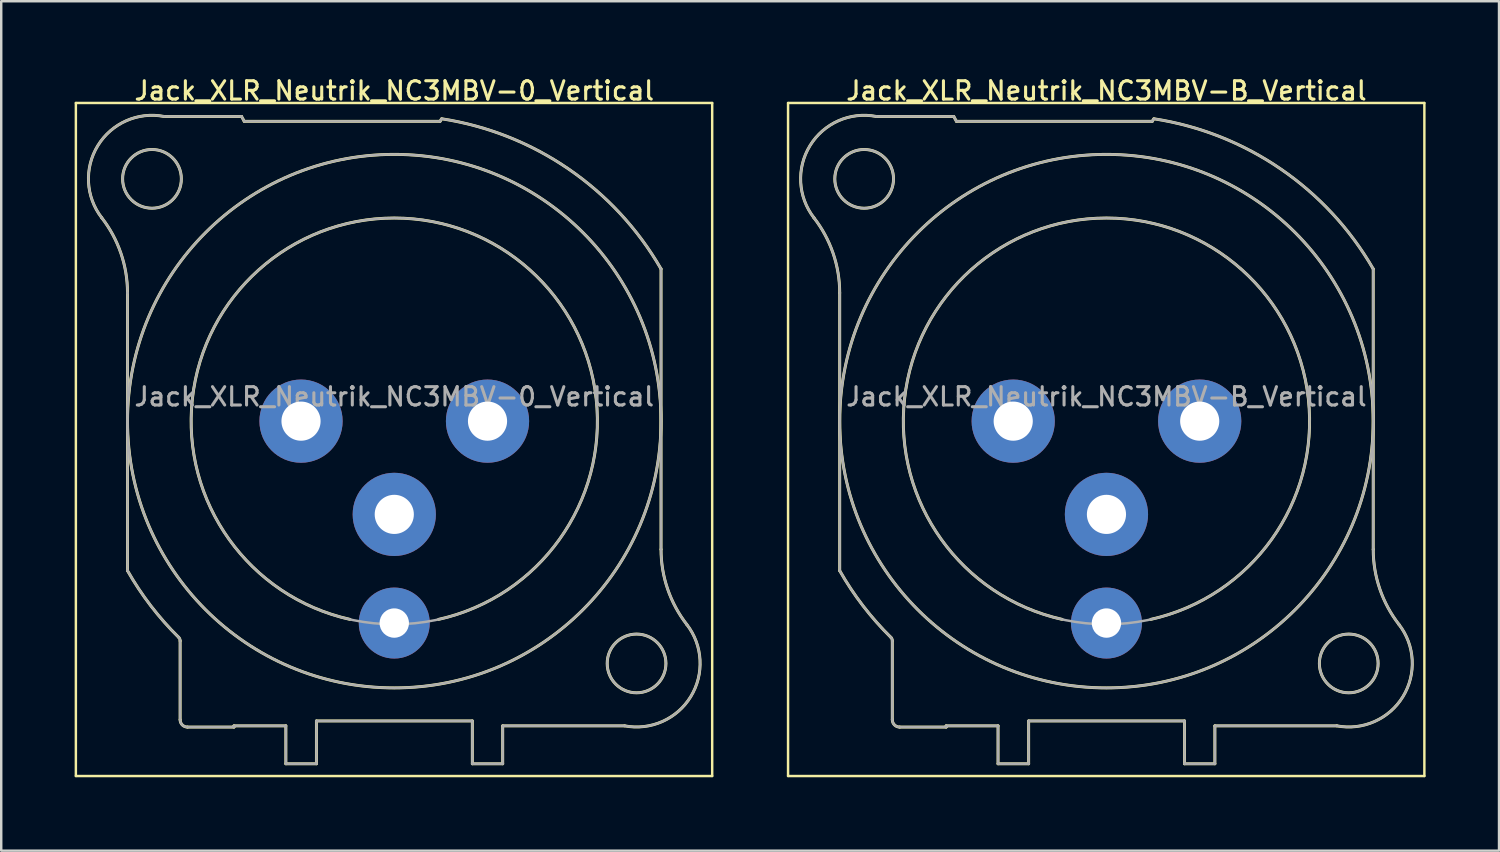
<source format=kicad_pcb>
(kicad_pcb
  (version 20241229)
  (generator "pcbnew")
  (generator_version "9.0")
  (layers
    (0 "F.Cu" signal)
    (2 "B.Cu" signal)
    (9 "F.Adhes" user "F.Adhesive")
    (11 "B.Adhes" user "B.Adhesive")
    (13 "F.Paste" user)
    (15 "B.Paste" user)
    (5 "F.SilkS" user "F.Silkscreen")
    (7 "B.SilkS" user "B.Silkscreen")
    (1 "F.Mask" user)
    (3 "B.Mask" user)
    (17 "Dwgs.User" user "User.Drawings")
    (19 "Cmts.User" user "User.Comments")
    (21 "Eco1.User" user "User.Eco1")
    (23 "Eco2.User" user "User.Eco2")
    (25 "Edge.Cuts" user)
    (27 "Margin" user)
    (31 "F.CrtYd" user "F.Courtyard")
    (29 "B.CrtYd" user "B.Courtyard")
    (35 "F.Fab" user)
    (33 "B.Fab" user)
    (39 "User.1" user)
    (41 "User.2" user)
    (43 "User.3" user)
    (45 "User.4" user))
  (footprint "Jack_XLR_Neutrik_NC3MBV-0_Vertical"
    (layer "F.Cu")
    (at 9.25 14.158)
    (property "Reference" "Jack_XLR_Neutrik_NC3MBV-0_Vertical" (at 3.81 -13.5 0) (layer "F.SilkS") (effects (font (size 0.75 0.75) (thickness 0.125))))
    (attr through_hole)
    (fp_line (start -9.2 -13) (end 16.8 -13) (stroke (width 0.1) (type solid)) (layer "F.SilkS"))
    (fp_line (start -9.2 14.5) (end -9.2 -13) (stroke (width 0.1) (type solid)) (layer "F.SilkS"))
    (fp_line (start -7.09 -5.24) (end -7.09 6.11) (stroke (width 0.12) (type solid)) (layer "F.SilkS"))
    (fp_line (start -4.94 12.2) (end -4.94 8.98) (stroke (width 0.12) (type solid)) (layer "F.SilkS"))
    (fp_line (start -4.64 12.5) (end -2.74 12.5) (stroke (width 0.12) (type solid)) (layer "F.SilkS"))
    (fp_line (start -2.74 12.45) (end -0.62 12.45) (stroke (width 0.12) (type solid)) (layer "F.SilkS"))
    (fp_line (start -2.74 12.5) (end -2.74 12.45) (stroke (width 0.12) (type solid)) (layer "F.SilkS"))
    (fp_line (start -2.43 -12.45) (end -5.6 -12.45) (stroke (width 0.12) (type solid)) (layer "F.SilkS"))
    (fp_line (start -2.32 -12.25) (end -2.43 -12.45) (stroke (width 0.12) (type solid)) (layer "F.SilkS"))
    (fp_line (start -0.62 12.45) (end -0.62 14) (stroke (width 0.12) (type solid)) (layer "F.SilkS"))
    (fp_line (start 0.63 12.25) (end 0.63 14) (stroke (width 0.12) (type solid)) (layer "F.SilkS"))
    (fp_line (start 0.63 12.25) (end 7 12.25) (stroke (width 0.12) (type solid)) (layer "F.SilkS"))
    (fp_line (start 0.63 14) (end -0.62 14) (stroke (width 0.12) (type solid)) (layer "F.SilkS"))
    (fp_line (start 5.68 -12.25) (end -2.32 -12.25) (stroke (width 0.12) (type solid)) (layer "F.SilkS"))
    (fp_line (start 5.74 -12.35) (end 5.68 -12.25) (stroke (width 0.12) (type solid)) (layer "F.SilkS"))
    (fp_line (start 7 12.25) (end 7 14) (stroke (width 0.12) (type solid)) (layer "F.SilkS"))
    (fp_line (start 8.24 12.45) (end 8.24 14) (stroke (width 0.12) (type solid)) (layer "F.SilkS"))
    (fp_line (start 8.24 12.45) (end 13.22 12.45) (stroke (width 0.12) (type solid)) (layer "F.SilkS"))
    (fp_line (start 8.24 14) (end 7 14) (stroke (width 0.12) (type solid)) (layer "F.SilkS"))
    (fp_line (start 14.71 5.24) (end 14.71 -6.22) (stroke (width 0.12) (type solid)) (layer "F.SilkS"))
    (fp_line (start 16.8 -13) (end 16.8 14.5) (stroke (width 0.1) (type solid)) (layer "F.SilkS"))
    (fp_line (start 16.8 14.5) (end -9.2 14.5) (stroke (width 0.1) (type solid)) (layer "F.SilkS"))
    (fp_arc (start -8.14458 -8.311426) (mid -7.360989 -6.863715) (end -7.09 -5.24) (stroke (width 0.12) (type solid)) (layer "F.SilkS"))
    (fp_arc (start -8.141124 -8.307677) (mid -8.303366 -11.257798) (end -5.6 -12.45) (stroke (width 0.12) (type solid)) (layer "F.SilkS"))
    (fp_arc (start -4.999944 8.832139) (mid -4.954594 8.899835) (end -4.94 8.98) (stroke (width 0.12) (type solid)) (layer "F.SilkS"))
    (fp_arc (start -4.999718 8.833849) (mid -6.1389 7.544091) (end -7.09 6.11) (stroke (width 0.12) (type solid)) (layer "F.SilkS"))
    (fp_arc (start -4.64 12.5) (mid -4.852132 12.412132) (end -4.94 12.2) (stroke (width 0.12) (type solid)) (layer "F.SilkS"))
    (fp_arc (start 2 8.1) (mid 3.809449 -8.299765) (end 5.621075 8.09976) (stroke (width 0.12) (type solid)) (layer "F.SilkS"))
    (fp_arc (start 5.753207 -12.354269) (mid 10.928439 -10.304601) (end 14.71 -6.22) (stroke (width 0.12) (type solid)) (layer "F.SilkS"))
    (fp_arc (start 15.761124 8.307677) (mid 15.923366 11.257798) (end 13.22 12.45) (stroke (width 0.12) (type solid)) (layer "F.SilkS"))
    (fp_arc (start 15.76458 8.311426) (mid 14.980989 6.863715) (end 14.71 5.24) (stroke (width 0.12) (type solid)) (layer "F.SilkS"))
    (fp_circle (center -6.09 -9.9) (end -4.89 -9.9) (stroke (width 0.12) (type solid)) (fill no) (layer "F.SilkS"))
    (fp_circle (center 3.81 0) (end 14.71 0) (stroke (width 0.12) (type solid)) (fill no) (layer "F.SilkS"))
    (fp_circle (center 13.71 9.9) (end 14.91 9.9) (stroke (width 0.12) (type solid)) (fill no) (layer "F.SilkS"))
    (fp_line (start -7.09 -5.24) (end -7.09 6.11) (stroke (width 0.1) (type solid)) (layer "F.Fab"))
    (fp_line (start -4.94 12.2) (end -4.94 8.98) (stroke (width 0.1) (type solid)) (layer "F.Fab"))
    (fp_line (start -4.64 12.5) (end -2.74 12.5) (stroke (width 0.1) (type solid)) (layer "F.Fab"))
    (fp_line (start -2.74 12.45) (end -0.62 12.45) (stroke (width 0.1) (type solid)) (layer "F.Fab"))
    (fp_line (start -2.74 12.5) (end -2.74 12.45) (stroke (width 0.1) (type solid)) (layer "F.Fab"))
    (fp_line (start -2.43 -12.45) (end -5.6 -12.45) (stroke (width 0.1) (type solid)) (layer "F.Fab"))
    (fp_line (start -2.32 -12.25) (end -2.43 -12.45) (stroke (width 0.1) (type solid)) (layer "F.Fab"))
    (fp_line (start -0.62 12.45) (end -0.62 14) (stroke (width 0.1) (type solid)) (layer "F.Fab"))
    (fp_line (start 0.63 12.25) (end 0.63 14) (stroke (width 0.1) (type solid)) (layer "F.Fab"))
    (fp_line (start 0.63 12.25) (end 7 12.25) (stroke (width 0.1) (type solid)) (layer "F.Fab"))
    (fp_line (start 0.63 14) (end -0.62 14) (stroke (width 0.1) (type solid)) (layer "F.Fab"))
    (fp_line (start 5.68 -12.25) (end -2.32 -12.25) (stroke (width 0.1) (type solid)) (layer "F.Fab"))
    (fp_line (start 5.74 -12.35) (end 5.68 -12.25) (stroke (width 0.1) (type solid)) (layer "F.Fab"))
    (fp_line (start 7 12.25) (end 7 14) (stroke (width 0.1) (type solid)) (layer "F.Fab"))
    (fp_line (start 8.24 12.45) (end 8.24 14) (stroke (width 0.1) (type solid)) (layer "F.Fab"))
    (fp_line (start 8.24 12.45) (end 13.22 12.45) (stroke (width 0.1) (type solid)) (layer "F.Fab"))
    (fp_line (start 8.24 14) (end 7 14) (stroke (width 0.1) (type solid)) (layer "F.Fab"))
    (fp_line (start 14.71 5.24) (end 14.71 -6.22) (stroke (width 0.1) (type solid)) (layer "F.Fab"))
    (fp_arc (start -8.14458 -8.311426) (mid -7.360989 -6.863715) (end -7.09 -5.24) (stroke (width 0.1) (type solid)) (layer "F.Fab"))
    (fp_arc (start -8.141124 -8.307677) (mid -8.303366 -11.257798) (end -5.6 -12.45) (stroke (width 0.1) (type solid)) (layer "F.Fab"))
    (fp_arc (start -4.999944 8.832139) (mid -4.954594 8.899835) (end -4.94 8.98) (stroke (width 0.1) (type solid)) (layer "F.Fab"))
    (fp_arc (start -4.999718 8.833849) (mid -6.1389 7.544091) (end -7.09 6.11) (stroke (width 0.1) (type solid)) (layer "F.Fab"))
    (fp_arc (start -4.64 12.5) (mid -4.852132 12.412132) (end -4.94 12.2) (stroke (width 0.1) (type solid)) (layer "F.Fab"))
    (fp_arc (start 5.753207 -12.354269) (mid 10.928439 -10.304601) (end 14.71 -6.22) (stroke (width 0.1) (type solid)) (layer "F.Fab"))
    (fp_arc (start 15.761124 8.307677) (mid 15.923366 11.257798) (end 13.22 12.45) (stroke (width 0.1) (type solid)) (layer "F.Fab"))
    (fp_arc (start 15.76458 8.311426) (mid 14.980989 6.863715) (end 14.71 5.24) (stroke (width 0.1) (type solid)) (layer "F.Fab"))
    (fp_circle (center -6.09 -9.9) (end -4.89 -9.9) (stroke (width 0.1) (type solid)) (fill no) (layer "F.Fab"))
    (fp_circle (center 3.81 0) (end 12.11 0) (stroke (width 0.1) (type solid)) (fill no) (layer "F.Fab"))
    (fp_circle (center 3.81 0) (end 14.71 0) (stroke (width 0.1) (type solid)) (fill no) (layer "F.Fab"))
    (fp_circle (center 13.71 9.9) (end 14.91 9.9) (stroke (width 0.1) (type solid)) (fill no) (layer "F.Fab"))
    (fp_text user "${REFERENCE}" (at 3.81 -1 0) (layer "F.Fab") (effects (font (size 0.75 0.75) (thickness 0.125))))
    (pad "1" thru_hole circle (at 0 0) (size 3.4 3.4) (drill 1.6) (layers "*.Cu" "*.Mask"))
    (pad "2" thru_hole circle (at 7.62 0) (size 3.4 3.4) (drill 1.6) (layers "*.Cu" "*.Mask"))
    (pad "3" thru_hole circle (at 3.81 3.81) (size 3.4 3.4) (drill 1.6) (layers "*.Cu" "*.Mask"))
    (pad "G" thru_hole circle (at 3.81 8.25) (size 2.9 2.9) (drill 1.2) (layers "*.Cu" "*.Mask")))
  (footprint "Jack_XLR_Neutrik_NC3MBV-B_Vertical"
    (layer "F.Cu")
    (at 38.35 14.158)
    (property "Reference" "Jack_XLR_Neutrik_NC3MBV-B_Vertical" (at 3.81 -13.5 0) (layer "F.SilkS") (effects (font (size 0.75 0.75) (thickness 0.125))))
    (attr through_hole)
    (fp_line (start -9.2 -13) (end 16.8 -13) (stroke (width 0.1) (type solid)) (layer "F.SilkS"))
    (fp_line (start -9.2 14.5) (end -9.2 -13) (stroke (width 0.1) (type solid)) (layer "F.SilkS"))
    (fp_line (start -7.09 -5.24) (end -7.09 6.11) (stroke (width 0.12) (type solid)) (layer "F.SilkS"))
    (fp_line (start -4.94 12.2) (end -4.94 8.98) (stroke (width 0.12) (type solid)) (layer "F.SilkS"))
    (fp_line (start -4.64 12.5) (end -2.74 12.5) (stroke (width 0.12) (type solid)) (layer "F.SilkS"))
    (fp_line (start -2.74 12.45) (end -0.62 12.45) (stroke (width 0.12) (type solid)) (layer "F.SilkS"))
    (fp_line (start -2.74 12.5) (end -2.74 12.45) (stroke (width 0.12) (type solid)) (layer "F.SilkS"))
    (fp_line (start -2.43 -12.45) (end -5.6 -12.45) (stroke (width 0.12) (type solid)) (layer "F.SilkS"))
    (fp_line (start -2.32 -12.25) (end -2.43 -12.45) (stroke (width 0.12) (type solid)) (layer "F.SilkS"))
    (fp_line (start -0.62 12.45) (end -0.62 14) (stroke (width 0.12) (type solid)) (layer "F.SilkS"))
    (fp_line (start 0.63 12.25) (end 0.63 14) (stroke (width 0.12) (type solid)) (layer "F.SilkS"))
    (fp_line (start 0.63 12.25) (end 7 12.25) (stroke (width 0.12) (type solid)) (layer "F.SilkS"))
    (fp_line (start 0.63 14) (end -0.62 14) (stroke (width 0.12) (type solid)) (layer "F.SilkS"))
    (fp_line (start 5.68 -12.25) (end -2.32 -12.25) (stroke (width 0.12) (type solid)) (layer "F.SilkS"))
    (fp_line (start 5.74 -12.35) (end 5.68 -12.25) (stroke (width 0.12) (type solid)) (layer "F.SilkS"))
    (fp_line (start 7 12.25) (end 7 14) (stroke (width 0.12) (type solid)) (layer "F.SilkS"))
    (fp_line (start 8.24 12.45) (end 8.24 14) (stroke (width 0.12) (type solid)) (layer "F.SilkS"))
    (fp_line (start 8.24 12.45) (end 13.22 12.45) (stroke (width 0.12) (type solid)) (layer "F.SilkS"))
    (fp_line (start 8.24 14) (end 7 14) (stroke (width 0.12) (type solid)) (layer "F.SilkS"))
    (fp_line (start 14.71 5.24) (end 14.71 -6.22) (stroke (width 0.12) (type solid)) (layer "F.SilkS"))
    (fp_line (start 16.8 -13) (end 16.8 14.5) (stroke (width 0.1) (type solid)) (layer "F.SilkS"))
    (fp_line (start 16.8 14.5) (end -9.2 14.5) (stroke (width 0.1) (type solid)) (layer "F.SilkS"))
    (fp_arc (start -8.14458 -8.311426) (mid -7.360989 -6.863715) (end -7.09 -5.24) (stroke (width 0.12) (type solid)) (layer "F.SilkS"))
    (fp_arc (start -8.141124 -8.307677) (mid -8.303366 -11.257798) (end -5.6 -12.45) (stroke (width 0.12) (type solid)) (layer "F.SilkS"))
    (fp_arc (start -4.999944 8.832139) (mid -4.954594 8.899835) (end -4.94 8.98) (stroke (width 0.12) (type solid)) (layer "F.SilkS"))
    (fp_arc (start -4.999718 8.833849) (mid -6.1389 7.544091) (end -7.09 6.11) (stroke (width 0.12) (type solid)) (layer "F.SilkS"))
    (fp_arc (start -4.64 12.5) (mid -4.852132 12.412132) (end -4.94 12.2) (stroke (width 0.12) (type solid)) (layer "F.SilkS"))
    (fp_arc (start 2 8.1) (mid 3.809449 -8.299765) (end 5.621075 8.09976) (stroke (width 0.12) (type solid)) (layer "F.SilkS"))
    (fp_arc (start 5.753207 -12.354269) (mid 10.928439 -10.304601) (end 14.71 -6.22) (stroke (width 0.12) (type solid)) (layer "F.SilkS"))
    (fp_arc (start 15.761124 8.307677) (mid 15.923366 11.257798) (end 13.22 12.45) (stroke (width 0.12) (type solid)) (layer "F.SilkS"))
    (fp_arc (start 15.76458 8.311426) (mid 14.980989 6.863715) (end 14.71 5.24) (stroke (width 0.12) (type solid)) (layer "F.SilkS"))
    (fp_circle (center -6.09 -9.9) (end -4.89 -9.9) (stroke (width 0.12) (type solid)) (fill no) (layer "F.SilkS"))
    (fp_circle (center 3.81 0) (end 14.71 0) (stroke (width 0.12) (type solid)) (fill no) (layer "F.SilkS"))
    (fp_circle (center 13.71 9.9) (end 14.91 9.9) (stroke (width 0.12) (type solid)) (fill no) (layer "F.SilkS"))
    (fp_line (start -7.09 -5.24) (end -7.09 6.11) (stroke (width 0.1) (type solid)) (layer "F.Fab"))
    (fp_line (start -4.94 12.2) (end -4.94 8.98) (stroke (width 0.1) (type solid)) (layer "F.Fab"))
    (fp_line (start -4.64 12.5) (end -2.74 12.5) (stroke (width 0.1) (type solid)) (layer "F.Fab"))
    (fp_line (start -2.74 12.45) (end -0.62 12.45) (stroke (width 0.1) (type solid)) (layer "F.Fab"))
    (fp_line (start -2.74 12.5) (end -2.74 12.45) (stroke (width 0.1) (type solid)) (layer "F.Fab"))
    (fp_line (start -2.43 -12.45) (end -5.6 -12.45) (stroke (width 0.1) (type solid)) (layer "F.Fab"))
    (fp_line (start -2.32 -12.25) (end -2.43 -12.45) (stroke (width 0.1) (type solid)) (layer "F.Fab"))
    (fp_line (start -0.62 12.45) (end -0.62 14) (stroke (width 0.1) (type solid)) (layer "F.Fab"))
    (fp_line (start 0.63 12.25) (end 0.63 14) (stroke (width 0.1) (type solid)) (layer "F.Fab"))
    (fp_line (start 0.63 12.25) (end 7 12.25) (stroke (width 0.1) (type solid)) (layer "F.Fab"))
    (fp_line (start 0.63 14) (end -0.62 14) (stroke (width 0.1) (type solid)) (layer "F.Fab"))
    (fp_line (start 5.68 -12.25) (end -2.32 -12.25) (stroke (width 0.1) (type solid)) (layer "F.Fab"))
    (fp_line (start 5.74 -12.35) (end 5.68 -12.25) (stroke (width 0.1) (type solid)) (layer "F.Fab"))
    (fp_line (start 7 12.25) (end 7 14) (stroke (width 0.1) (type solid)) (layer "F.Fab"))
    (fp_line (start 8.24 12.45) (end 8.24 14) (stroke (width 0.1) (type solid)) (layer "F.Fab"))
    (fp_line (start 8.24 12.45) (end 13.22 12.45) (stroke (width 0.1) (type solid)) (layer "F.Fab"))
    (fp_line (start 8.24 14) (end 7 14) (stroke (width 0.1) (type solid)) (layer "F.Fab"))
    (fp_line (start 14.71 5.24) (end 14.71 -6.22) (stroke (width 0.1) (type solid)) (layer "F.Fab"))
    (fp_arc (start -8.14458 -8.311426) (mid -7.360989 -6.863715) (end -7.09 -5.24) (stroke (width 0.1) (type solid)) (layer "F.Fab"))
    (fp_arc (start -8.141124 -8.307677) (mid -8.303366 -11.257798) (end -5.6 -12.45) (stroke (width 0.1) (type solid)) (layer "F.Fab"))
    (fp_arc (start -4.999944 8.832139) (mid -4.954594 8.899835) (end -4.94 8.98) (stroke (width 0.1) (type solid)) (layer "F.Fab"))
    (fp_arc (start -4.999718 8.833849) (mid -6.1389 7.544091) (end -7.09 6.11) (stroke (width 0.1) (type solid)) (layer "F.Fab"))
    (fp_arc (start -4.64 12.5) (mid -4.852132 12.412132) (end -4.94 12.2) (stroke (width 0.1) (type solid)) (layer "F.Fab"))
    (fp_arc (start 5.753207 -12.354269) (mid 10.928439 -10.304601) (end 14.71 -6.22) (stroke (width 0.1) (type solid)) (layer "F.Fab"))
    (fp_arc (start 15.761124 8.307677) (mid 15.923366 11.257798) (end 13.22 12.45) (stroke (width 0.1) (type solid)) (layer "F.Fab"))
    (fp_arc (start 15.76458 8.311426) (mid 14.980989 6.863715) (end 14.71 5.24) (stroke (width 0.1) (type solid)) (layer "F.Fab"))
    (fp_circle (center -6.09 -9.9) (end -4.89 -9.9) (stroke (width 0.1) (type solid)) (fill no) (layer "F.Fab"))
    (fp_circle (center 3.81 0) (end 12.11 0) (stroke (width 0.1) (type solid)) (fill no) (layer "F.Fab"))
    (fp_circle (center 3.81 0) (end 14.71 0) (stroke (width 0.1) (type solid)) (fill no) (layer "F.Fab"))
    (fp_circle (center 13.71 9.9) (end 14.91 9.9) (stroke (width 0.1) (type solid)) (fill no) (layer "F.Fab"))
    (fp_text user "${REFERENCE}" (at 3.81 -1 0) (layer "F.Fab") (effects (font (size 0.75 0.75) (thickness 0.125))))
    (pad "1" thru_hole circle (at 0 0) (size 3.4 3.4) (drill 1.6) (layers "*.Cu" "*.Mask"))
    (pad "2" thru_hole circle (at 7.62 0) (size 3.4 3.4) (drill 1.6) (layers "*.Cu" "*.Mask"))
    (pad "3" thru_hole circle (at 3.81 3.81) (size 3.4 3.4) (drill 1.6) (layers "*.Cu" "*.Mask"))
    (pad "G" thru_hole circle (at 3.81 8.25) (size 2.9 2.9) (drill 1.2) (layers "*.Cu" "*.Mask")))
  (gr_rect
    (start -3 -3)
    (end 58.2 31.708)
    (stroke (width 0.1) (type default))
    (fill no)
    (layer "Edge.Cuts")))
</source>
